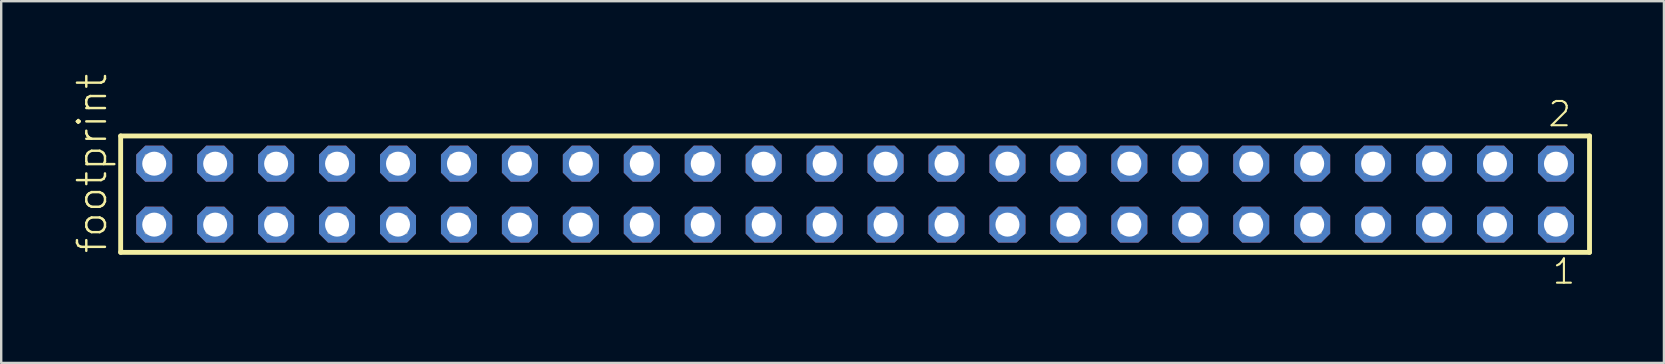
<source format=kicad_pcb>
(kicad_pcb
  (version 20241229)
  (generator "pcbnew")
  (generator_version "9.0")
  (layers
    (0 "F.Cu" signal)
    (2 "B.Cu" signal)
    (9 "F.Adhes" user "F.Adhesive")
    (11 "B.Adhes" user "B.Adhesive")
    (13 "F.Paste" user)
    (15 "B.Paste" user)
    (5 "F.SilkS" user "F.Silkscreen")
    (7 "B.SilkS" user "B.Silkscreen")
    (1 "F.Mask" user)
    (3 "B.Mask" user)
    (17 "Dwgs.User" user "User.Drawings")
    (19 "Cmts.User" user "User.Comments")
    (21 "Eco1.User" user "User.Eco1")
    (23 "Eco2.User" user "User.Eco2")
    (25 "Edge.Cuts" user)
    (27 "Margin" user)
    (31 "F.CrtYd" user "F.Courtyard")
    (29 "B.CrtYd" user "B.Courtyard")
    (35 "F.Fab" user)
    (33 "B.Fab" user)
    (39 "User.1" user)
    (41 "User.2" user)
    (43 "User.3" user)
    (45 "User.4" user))
  (footprint "footprint"
    (layer "F.Cu")
    (at 32.588 5.042)
    (property "Reference" "footprint" (at -31.115 2.54 90) (layer "F.SilkS") (effects (font (size 1.168 1.168) (thickness 0.102)) (justify left bottom)))
    (fp_line (start -30.609 -2.425) (end 30.609 -2.425) (stroke (width 0.203) (type solid)) (layer "F.SilkS"))
    (fp_line (start -30.609 2.425) (end -30.609 -2.425) (stroke (width 0.203) (type solid)) (layer "F.SilkS"))
    (fp_line (start 30.609 -2.425) (end 30.609 2.425) (stroke (width 0.203) (type solid)) (layer "F.SilkS"))
    (fp_line (start 30.609 2.425) (end -30.609 2.425) (stroke (width 0.203) (type solid)) (layer "F.SilkS"))
    (fp_poly (pts (xy -29.56 -0.92) (xy -28.86 -0.92) (xy -28.86 -1.62) (xy -29.56 -1.62)) (stroke (width 0.1) (type solid)) (fill no) (layer "F.Fab"))
    (fp_poly (pts (xy -29.56 1.62) (xy -28.86 1.62) (xy -28.86 0.92) (xy -29.56 0.92)) (stroke (width 0.1) (type solid)) (fill no) (layer "F.Fab"))
    (fp_poly (pts (xy -27.02 -0.92) (xy -26.32 -0.92) (xy -26.32 -1.62) (xy -27.02 -1.62)) (stroke (width 0.1) (type solid)) (fill no) (layer "F.Fab"))
    (fp_poly (pts (xy -27.02 1.62) (xy -26.32 1.62) (xy -26.32 0.92) (xy -27.02 0.92)) (stroke (width 0.1) (type solid)) (fill no) (layer "F.Fab"))
    (fp_poly (pts (xy -24.48 -0.92) (xy -23.78 -0.92) (xy -23.78 -1.62) (xy -24.48 -1.62)) (stroke (width 0.1) (type solid)) (fill no) (layer "F.Fab"))
    (fp_poly (pts (xy -24.48 1.62) (xy -23.78 1.62) (xy -23.78 0.92) (xy -24.48 0.92)) (stroke (width 0.1) (type solid)) (fill no) (layer "F.Fab"))
    (fp_poly (pts (xy -21.94 -0.92) (xy -21.24 -0.92) (xy -21.24 -1.62) (xy -21.94 -1.62)) (stroke (width 0.1) (type solid)) (fill no) (layer "F.Fab"))
    (fp_poly (pts (xy -21.94 1.62) (xy -21.24 1.62) (xy -21.24 0.92) (xy -21.94 0.92)) (stroke (width 0.1) (type solid)) (fill no) (layer "F.Fab"))
    (fp_poly (pts (xy -19.4 -0.92) (xy -18.7 -0.92) (xy -18.7 -1.62) (xy -19.4 -1.62)) (stroke (width 0.1) (type solid)) (fill no) (layer "F.Fab"))
    (fp_poly (pts (xy -19.4 1.62) (xy -18.7 1.62) (xy -18.7 0.92) (xy -19.4 0.92)) (stroke (width 0.1) (type solid)) (fill no) (layer "F.Fab"))
    (fp_poly (pts (xy -16.86 -0.92) (xy -16.16 -0.92) (xy -16.16 -1.62) (xy -16.86 -1.62)) (stroke (width 0.1) (type solid)) (fill no) (layer "F.Fab"))
    (fp_poly (pts (xy -16.86 1.62) (xy -16.16 1.62) (xy -16.16 0.92) (xy -16.86 0.92)) (stroke (width 0.1) (type solid)) (fill no) (layer "F.Fab"))
    (fp_poly (pts (xy -14.32 -0.92) (xy -13.62 -0.92) (xy -13.62 -1.62) (xy -14.32 -1.62)) (stroke (width 0.1) (type solid)) (fill no) (layer "F.Fab"))
    (fp_poly (pts (xy -14.32 1.62) (xy -13.62 1.62) (xy -13.62 0.92) (xy -14.32 0.92)) (stroke (width 0.1) (type solid)) (fill no) (layer "F.Fab"))
    (fp_poly (pts (xy -11.78 -0.92) (xy -11.08 -0.92) (xy -11.08 -1.62) (xy -11.78 -1.62)) (stroke (width 0.1) (type solid)) (fill no) (layer "F.Fab"))
    (fp_poly (pts (xy -11.78 1.62) (xy -11.08 1.62) (xy -11.08 0.92) (xy -11.78 0.92)) (stroke (width 0.1) (type solid)) (fill no) (layer "F.Fab"))
    (fp_poly (pts (xy -9.24 -0.92) (xy -8.54 -0.92) (xy -8.54 -1.62) (xy -9.24 -1.62)) (stroke (width 0.1) (type solid)) (fill no) (layer "F.Fab"))
    (fp_poly (pts (xy -9.24 1.62) (xy -8.54 1.62) (xy -8.54 0.92) (xy -9.24 0.92)) (stroke (width 0.1) (type solid)) (fill no) (layer "F.Fab"))
    (fp_poly (pts (xy -6.7 -0.92) (xy -6 -0.92) (xy -6 -1.62) (xy -6.7 -1.62)) (stroke (width 0.1) (type solid)) (fill no) (layer "F.Fab"))
    (fp_poly (pts (xy -6.7 1.62) (xy -6 1.62) (xy -6 0.92) (xy -6.7 0.92)) (stroke (width 0.1) (type solid)) (fill no) (layer "F.Fab"))
    (fp_poly (pts (xy -4.16 -0.92) (xy -3.46 -0.92) (xy -3.46 -1.62) (xy -4.16 -1.62)) (stroke (width 0.1) (type solid)) (fill no) (layer "F.Fab"))
    (fp_poly (pts (xy -4.16 1.62) (xy -3.46 1.62) (xy -3.46 0.92) (xy -4.16 0.92)) (stroke (width 0.1) (type solid)) (fill no) (layer "F.Fab"))
    (fp_poly (pts (xy -1.62 -0.92) (xy -0.92 -0.92) (xy -0.92 -1.62) (xy -1.62 -1.62)) (stroke (width 0.1) (type solid)) (fill no) (layer "F.Fab"))
    (fp_poly (pts (xy -1.62 1.62) (xy -0.92 1.62) (xy -0.92 0.92) (xy -1.62 0.92)) (stroke (width 0.1) (type solid)) (fill no) (layer "F.Fab"))
    (fp_poly (pts (xy 0.92 -0.92) (xy 1.62 -0.92) (xy 1.62 -1.62) (xy 0.92 -1.62)) (stroke (width 0.1) (type solid)) (fill no) (layer "F.Fab"))
    (fp_poly (pts (xy 0.92 1.62) (xy 1.62 1.62) (xy 1.62 0.92) (xy 0.92 0.92)) (stroke (width 0.1) (type solid)) (fill no) (layer "F.Fab"))
    (fp_poly (pts (xy 3.46 -0.92) (xy 4.16 -0.92) (xy 4.16 -1.62) (xy 3.46 -1.62)) (stroke (width 0.1) (type solid)) (fill no) (layer "F.Fab"))
    (fp_poly (pts (xy 3.46 1.62) (xy 4.16 1.62) (xy 4.16 0.92) (xy 3.46 0.92)) (stroke (width 0.1) (type solid)) (fill no) (layer "F.Fab"))
    (fp_poly (pts (xy 6 -0.92) (xy 6.7 -0.92) (xy 6.7 -1.62) (xy 6 -1.62)) (stroke (width 0.1) (type solid)) (fill no) (layer "F.Fab"))
    (fp_poly (pts (xy 6 1.62) (xy 6.7 1.62) (xy 6.7 0.92) (xy 6 0.92)) (stroke (width 0.1) (type solid)) (fill no) (layer "F.Fab"))
    (fp_poly (pts (xy 8.54 -0.92) (xy 9.24 -0.92) (xy 9.24 -1.62) (xy 8.54 -1.62)) (stroke (width 0.1) (type solid)) (fill no) (layer "F.Fab"))
    (fp_poly (pts (xy 8.54 1.62) (xy 9.24 1.62) (xy 9.24 0.92) (xy 8.54 0.92)) (stroke (width 0.1) (type solid)) (fill no) (layer "F.Fab"))
    (fp_poly (pts (xy 11.08 -0.92) (xy 11.78 -0.92) (xy 11.78 -1.62) (xy 11.08 -1.62)) (stroke (width 0.1) (type solid)) (fill no) (layer "F.Fab"))
    (fp_poly (pts (xy 11.08 1.62) (xy 11.78 1.62) (xy 11.78 0.92) (xy 11.08 0.92)) (stroke (width 0.1) (type solid)) (fill no) (layer "F.Fab"))
    (fp_poly (pts (xy 13.62 -0.92) (xy 14.32 -0.92) (xy 14.32 -1.62) (xy 13.62 -1.62)) (stroke (width 0.1) (type solid)) (fill no) (layer "F.Fab"))
    (fp_poly (pts (xy 13.62 1.62) (xy 14.32 1.62) (xy 14.32 0.92) (xy 13.62 0.92)) (stroke (width 0.1) (type solid)) (fill no) (layer "F.Fab"))
    (fp_poly (pts (xy 16.16 -0.92) (xy 16.86 -0.92) (xy 16.86 -1.62) (xy 16.16 -1.62)) (stroke (width 0.1) (type solid)) (fill no) (layer "F.Fab"))
    (fp_poly (pts (xy 16.16 1.62) (xy 16.86 1.62) (xy 16.86 0.92) (xy 16.16 0.92)) (stroke (width 0.1) (type solid)) (fill no) (layer "F.Fab"))
    (fp_poly (pts (xy 18.7 -0.92) (xy 19.4 -0.92) (xy 19.4 -1.62) (xy 18.7 -1.62)) (stroke (width 0.1) (type solid)) (fill no) (layer "F.Fab"))
    (fp_poly (pts (xy 18.7 1.62) (xy 19.4 1.62) (xy 19.4 0.92) (xy 18.7 0.92)) (stroke (width 0.1) (type solid)) (fill no) (layer "F.Fab"))
    (fp_poly (pts (xy 21.24 -0.92) (xy 21.94 -0.92) (xy 21.94 -1.62) (xy 21.24 -1.62)) (stroke (width 0.1) (type solid)) (fill no) (layer "F.Fab"))
    (fp_poly (pts (xy 21.24 1.62) (xy 21.94 1.62) (xy 21.94 0.92) (xy 21.24 0.92)) (stroke (width 0.1) (type solid)) (fill no) (layer "F.Fab"))
    (fp_poly (pts (xy 23.78 -0.92) (xy 24.48 -0.92) (xy 24.48 -1.62) (xy 23.78 -1.62)) (stroke (width 0.1) (type solid)) (fill no) (layer "F.Fab"))
    (fp_poly (pts (xy 23.78 1.62) (xy 24.48 1.62) (xy 24.48 0.92) (xy 23.78 0.92)) (stroke (width 0.1) (type solid)) (fill no) (layer "F.Fab"))
    (fp_poly (pts (xy 26.32 -0.92) (xy 27.02 -0.92) (xy 27.02 -1.62) (xy 26.32 -1.62)) (stroke (width 0.1) (type solid)) (fill no) (layer "F.Fab"))
    (fp_poly (pts (xy 26.32 1.62) (xy 27.02 1.62) (xy 27.02 0.92) (xy 26.32 0.92)) (stroke (width 0.1) (type solid)) (fill no) (layer "F.Fab"))
    (fp_poly (pts (xy 28.86 -0.92) (xy 29.56 -0.92) (xy 29.56 -1.62) (xy 28.86 -1.62)) (stroke (width 0.1) (type solid)) (fill no) (layer "F.Fab"))
    (fp_poly (pts (xy 28.86 1.62) (xy 29.56 1.62) (xy 29.56 0.92) (xy 28.86 0.92)) (stroke (width 0.1) (type solid)) (fill no) (layer "F.Fab"))
    (fp_text user "1" (at 29.002 3.818 0) (layer "F.SilkS") (effects (font (size 1.012 1.012) (thickness 0.088)) (justify left bottom)))
    (fp_text user "2" (at 28.827 -2.744 0) (layer "F.SilkS") (effects (font (size 1.012 1.012) (thickness 0.088)) (justify left bottom)))
    (pad "1" thru_hole roundrect (at 29.21 1.27 180) (size 1.5 1.5) (drill 1) (layers "*.Cu" "*.Mask") (roundrect_rratio 0.25) (chamfer_ratio 0.25) (chamfer top_left top_right bottom_left bottom_right))
    (pad "2" thru_hole roundrect (at 29.21 -1.27 180) (size 1.5 1.5) (drill 1) (layers "*.Cu" "*.Mask") (roundrect_rratio 0.25) (chamfer_ratio 0.25) (chamfer top_left top_right bottom_left bottom_right))
    (pad "3" thru_hole roundrect (at 26.67 1.27 180) (size 1.5 1.5) (drill 1) (layers "*.Cu" "*.Mask") (roundrect_rratio 0.25) (chamfer_ratio 0.25) (chamfer top_left top_right bottom_left bottom_right))
    (pad "4" thru_hole roundrect (at 26.67 -1.27 180) (size 1.5 1.5) (drill 1) (layers "*.Cu" "*.Mask") (roundrect_rratio 0.25) (chamfer_ratio 0.25) (chamfer top_left top_right bottom_left bottom_right))
    (pad "5" thru_hole roundrect (at 24.13 1.27 180) (size 1.5 1.5) (drill 1) (layers "*.Cu" "*.Mask") (roundrect_rratio 0.25) (chamfer_ratio 0.25) (chamfer top_left top_right bottom_left bottom_right))
    (pad "6" thru_hole roundrect (at 24.13 -1.27 180) (size 1.5 1.5) (drill 1) (layers "*.Cu" "*.Mask") (roundrect_rratio 0.25) (chamfer_ratio 0.25) (chamfer top_left top_right bottom_left bottom_right))
    (pad "7" thru_hole roundrect (at 21.59 1.27 180) (size 1.5 1.5) (drill 1) (layers "*.Cu" "*.Mask") (roundrect_rratio 0.25) (chamfer_ratio 0.25) (chamfer top_left top_right bottom_left bottom_right))
    (pad "8" thru_hole roundrect (at 21.59 -1.27 180) (size 1.5 1.5) (drill 1) (layers "*.Cu" "*.Mask") (roundrect_rratio 0.25) (chamfer_ratio 0.25) (chamfer top_left top_right bottom_left bottom_right))
    (pad "9" thru_hole roundrect (at 19.05 1.27 180) (size 1.5 1.5) (drill 1) (layers "*.Cu" "*.Mask") (roundrect_rratio 0.25) (chamfer_ratio 0.25) (chamfer top_left top_right bottom_left bottom_right))
    (pad "10" thru_hole roundrect (at 19.05 -1.27 180) (size 1.5 1.5) (drill 1) (layers "*.Cu" "*.Mask") (roundrect_rratio 0.25) (chamfer_ratio 0.25) (chamfer top_left top_right bottom_left bottom_right))
    (pad "11" thru_hole roundrect (at 16.51 1.27 180) (size 1.5 1.5) (drill 1) (layers "*.Cu" "*.Mask") (roundrect_rratio 0.25) (chamfer_ratio 0.25) (chamfer top_left top_right bottom_left bottom_right))
    (pad "12" thru_hole roundrect (at 16.51 -1.27 180) (size 1.5 1.5) (drill 1) (layers "*.Cu" "*.Mask") (roundrect_rratio 0.25) (chamfer_ratio 0.25) (chamfer top_left top_right bottom_left bottom_right))
    (pad "13" thru_hole roundrect (at 13.97 1.27 180) (size 1.5 1.5) (drill 1) (layers "*.Cu" "*.Mask") (roundrect_rratio 0.25) (chamfer_ratio 0.25) (chamfer top_left top_right bottom_left bottom_right))
    (pad "14" thru_hole roundrect (at 13.97 -1.27 180) (size 1.5 1.5) (drill 1) (layers "*.Cu" "*.Mask") (roundrect_rratio 0.25) (chamfer_ratio 0.25) (chamfer top_left top_right bottom_left bottom_right))
    (pad "15" thru_hole roundrect (at 11.43 1.27 180) (size 1.5 1.5) (drill 1) (layers "*.Cu" "*.Mask") (roundrect_rratio 0.25) (chamfer_ratio 0.25) (chamfer top_left top_right bottom_left bottom_right))
    (pad "16" thru_hole roundrect (at 11.43 -1.27 180) (size 1.5 1.5) (drill 1) (layers "*.Cu" "*.Mask") (roundrect_rratio 0.25) (chamfer_ratio 0.25) (chamfer top_left top_right bottom_left bottom_right))
    (pad "17" thru_hole roundrect (at 8.89 1.27 180) (size 1.5 1.5) (drill 1) (layers "*.Cu" "*.Mask") (roundrect_rratio 0.25) (chamfer_ratio 0.25) (chamfer top_left top_right bottom_left bottom_right))
    (pad "18" thru_hole roundrect (at 8.89 -1.27 180) (size 1.5 1.5) (drill 1) (layers "*.Cu" "*.Mask") (roundrect_rratio 0.25) (chamfer_ratio 0.25) (chamfer top_left top_right bottom_left bottom_right))
    (pad "19" thru_hole roundrect (at 6.35 1.27 180) (size 1.5 1.5) (drill 1) (layers "*.Cu" "*.Mask") (roundrect_rratio 0.25) (chamfer_ratio 0.25) (chamfer top_left top_right bottom_left bottom_right))
    (pad "20" thru_hole roundrect (at 6.35 -1.27 180) (size 1.5 1.5) (drill 1) (layers "*.Cu" "*.Mask") (roundrect_rratio 0.25) (chamfer_ratio 0.25) (chamfer top_left top_right bottom_left bottom_right))
    (pad "21" thru_hole roundrect (at 3.81 1.27 180) (size 1.5 1.5) (drill 1) (layers "*.Cu" "*.Mask") (roundrect_rratio 0.25) (chamfer_ratio 0.25) (chamfer top_left top_right bottom_left bottom_right))
    (pad "22" thru_hole roundrect (at 3.81 -1.27 180) (size 1.5 1.5) (drill 1) (layers "*.Cu" "*.Mask") (roundrect_rratio 0.25) (chamfer_ratio 0.25) (chamfer top_left top_right bottom_left bottom_right))
    (pad "23" thru_hole roundrect (at 1.27 1.27 180) (size 1.5 1.5) (drill 1) (layers "*.Cu" "*.Mask") (roundrect_rratio 0.25) (chamfer_ratio 0.25) (chamfer top_left top_right bottom_left bottom_right))
    (pad "24" thru_hole roundrect (at 1.27 -1.27 180) (size 1.5 1.5) (drill 1) (layers "*.Cu" "*.Mask") (roundrect_rratio 0.25) (chamfer_ratio 0.25) (chamfer top_left top_right bottom_left bottom_right))
    (pad "25" thru_hole roundrect (at -1.27 1.27 180) (size 1.5 1.5) (drill 1) (layers "*.Cu" "*.Mask") (roundrect_rratio 0.25) (chamfer_ratio 0.25) (chamfer top_left top_right bottom_left bottom_right))
    (pad "26" thru_hole roundrect (at -1.27 -1.27 180) (size 1.5 1.5) (drill 1) (layers "*.Cu" "*.Mask") (roundrect_rratio 0.25) (chamfer_ratio 0.25) (chamfer top_left top_right bottom_left bottom_right))
    (pad "27" thru_hole roundrect (at -3.81 1.27 180) (size 1.5 1.5) (drill 1) (layers "*.Cu" "*.Mask") (roundrect_rratio 0.25) (chamfer_ratio 0.25) (chamfer top_left top_right bottom_left bottom_right))
    (pad "28" thru_hole roundrect (at -3.81 -1.27 180) (size 1.5 1.5) (drill 1) (layers "*.Cu" "*.Mask") (roundrect_rratio 0.25) (chamfer_ratio 0.25) (chamfer top_left top_right bottom_left bottom_right))
    (pad "29" thru_hole roundrect (at -6.35 1.27 180) (size 1.5 1.5) (drill 1) (layers "*.Cu" "*.Mask") (roundrect_rratio 0.25) (chamfer_ratio 0.25) (chamfer top_left top_right bottom_left bottom_right))
    (pad "30" thru_hole roundrect (at -6.35 -1.27 180) (size 1.5 1.5) (drill 1) (layers "*.Cu" "*.Mask") (roundrect_rratio 0.25) (chamfer_ratio 0.25) (chamfer top_left top_right bottom_left bottom_right))
    (pad "31" thru_hole roundrect (at -8.89 1.27 180) (size 1.5 1.5) (drill 1) (layers "*.Cu" "*.Mask") (roundrect_rratio 0.25) (chamfer_ratio 0.25) (chamfer top_left top_right bottom_left bottom_right))
    (pad "32" thru_hole roundrect (at -8.89 -1.27 180) (size 1.5 1.5) (drill 1) (layers "*.Cu" "*.Mask") (roundrect_rratio 0.25) (chamfer_ratio 0.25) (chamfer top_left top_right bottom_left bottom_right))
    (pad "33" thru_hole roundrect (at -11.43 1.27 180) (size 1.5 1.5) (drill 1) (layers "*.Cu" "*.Mask") (roundrect_rratio 0.25) (chamfer_ratio 0.25) (chamfer top_left top_right bottom_left bottom_right))
    (pad "34" thru_hole roundrect (at -11.43 -1.27 180) (size 1.5 1.5) (drill 1) (layers "*.Cu" "*.Mask") (roundrect_rratio 0.25) (chamfer_ratio 0.25) (chamfer top_left top_right bottom_left bottom_right))
    (pad "35" thru_hole roundrect (at -13.97 1.27 180) (size 1.5 1.5) (drill 1) (layers "*.Cu" "*.Mask") (roundrect_rratio 0.25) (chamfer_ratio 0.25) (chamfer top_left top_right bottom_left bottom_right))
    (pad "36" thru_hole roundrect (at -13.97 -1.27 180) (size 1.5 1.5) (drill 1) (layers "*.Cu" "*.Mask") (roundrect_rratio 0.25) (chamfer_ratio 0.25) (chamfer top_left top_right bottom_left bottom_right))
    (pad "37" thru_hole roundrect (at -16.51 1.27 180) (size 1.5 1.5) (drill 1) (layers "*.Cu" "*.Mask") (roundrect_rratio 0.25) (chamfer_ratio 0.25) (chamfer top_left top_right bottom_left bottom_right))
    (pad "38" thru_hole roundrect (at -16.51 -1.27 180) (size 1.5 1.5) (drill 1) (layers "*.Cu" "*.Mask") (roundrect_rratio 0.25) (chamfer_ratio 0.25) (chamfer top_left top_right bottom_left bottom_right))
    (pad "39" thru_hole roundrect (at -19.05 1.27 180) (size 1.5 1.5) (drill 1) (layers "*.Cu" "*.Mask") (roundrect_rratio 0.25) (chamfer_ratio 0.25) (chamfer top_left top_right bottom_left bottom_right))
    (pad "40" thru_hole roundrect (at -19.05 -1.27 180) (size 1.5 1.5) (drill 1) (layers "*.Cu" "*.Mask") (roundrect_rratio 0.25) (chamfer_ratio 0.25) (chamfer top_left top_right bottom_left bottom_right))
    (pad "41" thru_hole roundrect (at -21.59 1.27 180) (size 1.5 1.5) (drill 1) (layers "*.Cu" "*.Mask") (roundrect_rratio 0.25) (chamfer_ratio 0.25) (chamfer top_left top_right bottom_left bottom_right))
    (pad "42" thru_hole roundrect (at -21.59 -1.27 180) (size 1.5 1.5) (drill 1) (layers "*.Cu" "*.Mask") (roundrect_rratio 0.25) (chamfer_ratio 0.25) (chamfer top_left top_right bottom_left bottom_right))
    (pad "43" thru_hole roundrect (at -24.13 1.27 180) (size 1.5 1.5) (drill 1) (layers "*.Cu" "*.Mask") (roundrect_rratio 0.25) (chamfer_ratio 0.25) (chamfer top_left top_right bottom_left bottom_right))
    (pad "44" thru_hole roundrect (at -24.13 -1.27 180) (size 1.5 1.5) (drill 1) (layers "*.Cu" "*.Mask") (roundrect_rratio 0.25) (chamfer_ratio 0.25) (chamfer top_left top_right bottom_left bottom_right))
    (pad "45" thru_hole roundrect (at -26.67 1.27 180) (size 1.5 1.5) (drill 1) (layers "*.Cu" "*.Mask") (roundrect_rratio 0.25) (chamfer_ratio 0.25) (chamfer top_left top_right bottom_left bottom_right))
    (pad "46" thru_hole roundrect (at -26.67 -1.27 180) (size 1.5 1.5) (drill 1) (layers "*.Cu" "*.Mask") (roundrect_rratio 0.25) (chamfer_ratio 0.25) (chamfer top_left top_right bottom_left bottom_right))
    (pad "47" thru_hole roundrect (at -29.21 1.27 180) (size 1.5 1.5) (drill 1) (layers "*.Cu" "*.Mask") (roundrect_rratio 0.25) (chamfer_ratio 0.25) (chamfer top_left top_right bottom_left bottom_right))
    (pad "48" thru_hole roundrect (at -29.21 -1.27 180) (size 1.5 1.5) (drill 1) (layers "*.Cu" "*.Mask") (roundrect_rratio 0.25) (chamfer_ratio 0.25) (chamfer top_left top_right bottom_left bottom_right)))
  (gr_rect
    (start -3 -3)
    (end 66.299 12.077)
    (stroke (width 0.1) (type default))
    (fill no)
    (layer "Edge.Cuts")))
</source>
